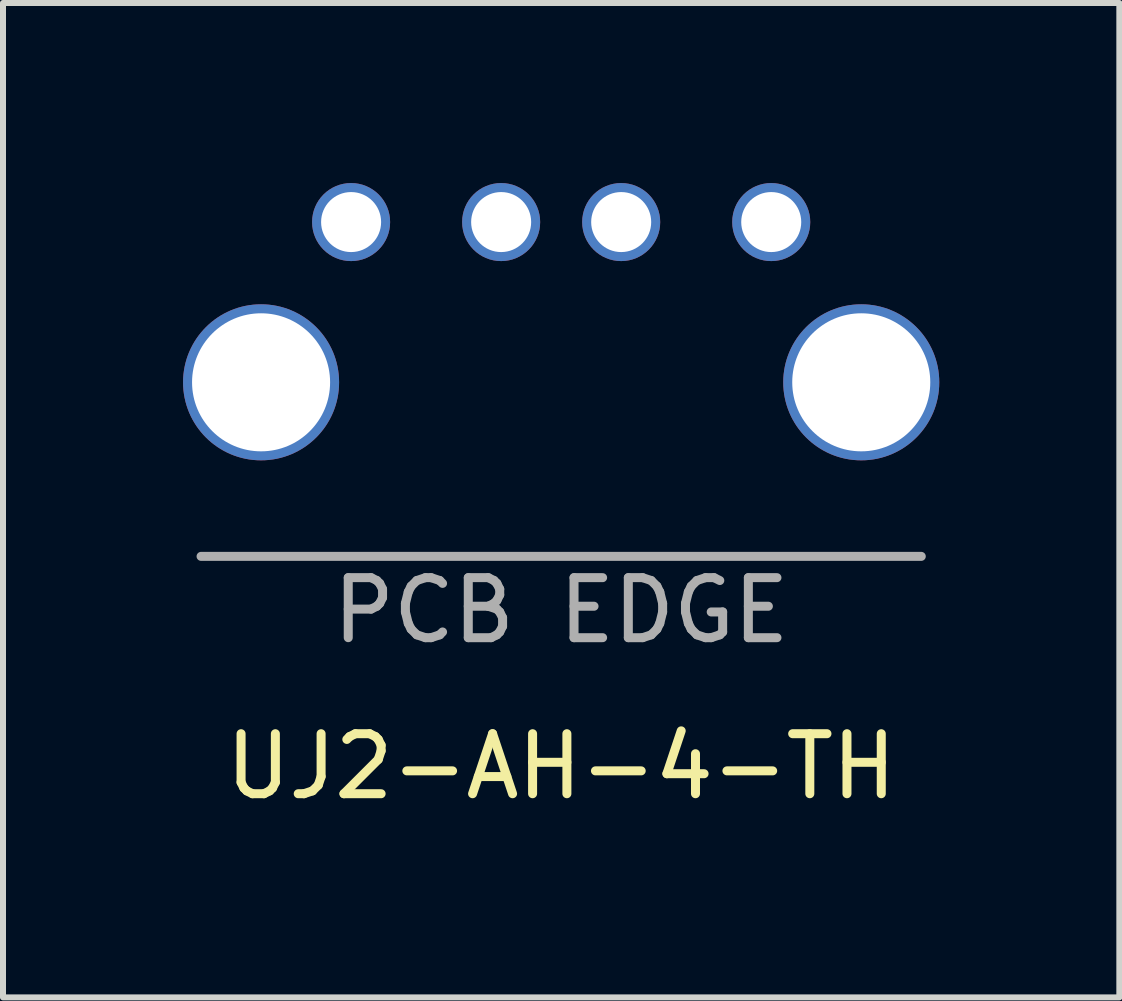
<source format=kicad_pcb>
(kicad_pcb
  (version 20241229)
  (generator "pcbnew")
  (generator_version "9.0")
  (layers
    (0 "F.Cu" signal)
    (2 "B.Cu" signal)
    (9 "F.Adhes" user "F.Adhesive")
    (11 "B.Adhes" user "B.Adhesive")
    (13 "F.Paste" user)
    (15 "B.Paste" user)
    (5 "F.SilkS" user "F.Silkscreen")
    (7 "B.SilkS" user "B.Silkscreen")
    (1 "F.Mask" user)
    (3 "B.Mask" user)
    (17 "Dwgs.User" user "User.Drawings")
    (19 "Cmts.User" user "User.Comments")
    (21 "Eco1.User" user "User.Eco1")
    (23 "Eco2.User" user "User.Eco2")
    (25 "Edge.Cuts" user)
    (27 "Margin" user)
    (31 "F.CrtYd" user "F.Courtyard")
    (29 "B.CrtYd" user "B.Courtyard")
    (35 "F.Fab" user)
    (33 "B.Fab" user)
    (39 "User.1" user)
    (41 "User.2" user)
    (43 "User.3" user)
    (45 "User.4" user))
  (footprint "UJ2-AH-4-TH"
    (layer "F.Cu")
    (at 6.3 3.32)
    (property "Reference" "UJ2-AH-4-TH" (at 0 6.4 0) (layer "F.SilkS") (effects (font (size 1 1) (thickness 0.15))))
    (attr through_hole)
    (fp_line (start -6 2.9) (end 6 2.9) (stroke (width 0.15) (type solid)) (layer "F.Fab"))
    (fp_text user "PCB EDGE" (at 0 3.8 0) (layer "F.Fab") (effects (font (size 1 1) (thickness 0.15))))
    (pad "1" thru_hole circle (at -3.5 -2.67) (size 1.3 1.3) (drill 1) (layers "*.Cu" "*.Mask"))
    (pad "2" thru_hole circle (at -1 -2.67) (size 1.3 1.3) (drill 1) (layers "*.Cu" "*.Mask"))
    (pad "3" thru_hole circle (at 1 -2.67) (size 1.3 1.3) (drill 1) (layers "*.Cu" "*.Mask"))
    (pad "4" thru_hole circle (at 3.5 -2.67) (size 1.3 1.3) (drill 1) (layers "*.Cu" "*.Mask"))
    (pad "5" thru_hole circle (at -5 0) (size 2.6 2.6) (drill 2.3) (layers "*.Cu" "*.Mask"))
    (pad "5" thru_hole circle (at 5 0) (size 2.6 2.6) (drill 2.3) (layers "*.Cu" "*.Mask")))
  (gr_rect
    (start -3 -3)
    (end 15.6 13.568)
    (stroke (width 0.1) (type default))
    (fill no)
    (layer "Edge.Cuts")))
</source>
